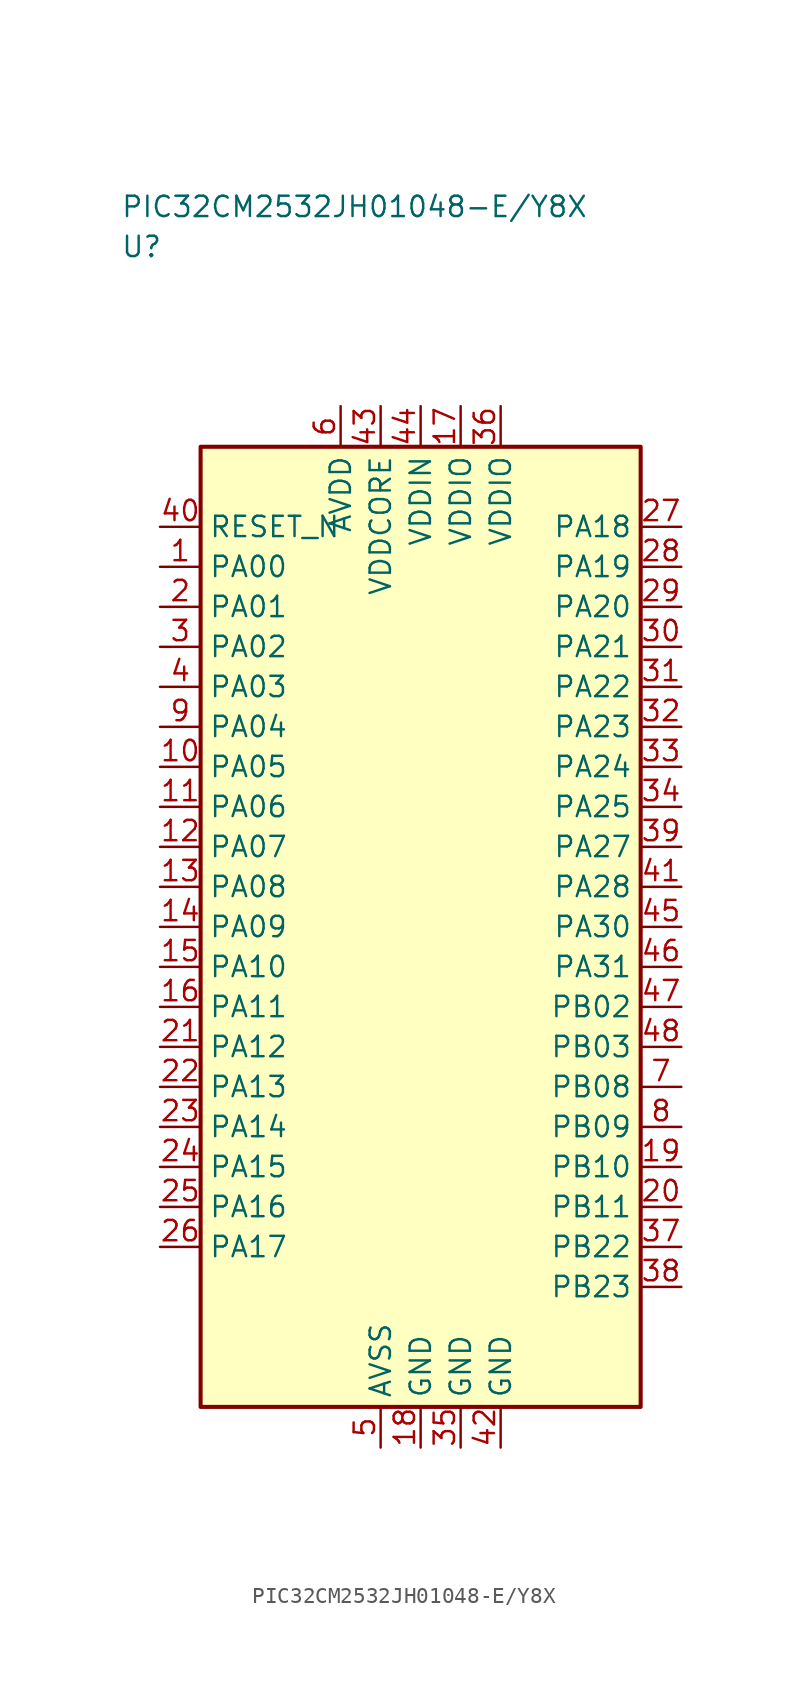
<source format=kicad_sym>
(kicad_symbol_lib
  (version 20241025)
  (generator "kicad_symbol_editor")
  (generator_version "8.0")
  (symbol "PIC32CM2532JH01048-E/Y8X"
    (property "Reference" "U"
      (at -18.75 42.5 0)
      (effects (font (size 1.27 1.27)) (justify left)))
    (property "Value" "PIC32CM2532JH01048-E/Y8X"
      (at -18.75 45.0 0)
      (effects (font (size 1.27 1.27)) (justify left)))
    (symbol "PIC32CM2532JH01048-E/Y8X_0_1"
      (rectangle (start -13.75 30.0) (end 13.75 -30.0) (stroke (width 0.254) (type default)) (fill (type background))))
    (symbol "PIC32CM2532JH01048-E/Y8X_1_1"
      (pin bidirectional line (at -16.29 22.5 0.0) (length 2.54) (name "PA00" (effects (font (size 1.27 1.27)))) (number "1" (effects (font (size 1.27 1.27)))))
      (pin bidirectional line (at -16.29 20.0 0.0) (length 2.54) (name "PA01" (effects (font (size 1.27 1.27)))) (number "2" (effects (font (size 1.27 1.27)))))
      (pin bidirectional line (at -16.29 17.5 0.0) (length 2.54) (name "PA02" (effects (font (size 1.27 1.27)))) (number "3" (effects (font (size 1.27 1.27)))))
      (pin bidirectional line (at -16.29 15.0 0.0) (length 2.54) (name "PA03" (effects (font (size 1.27 1.27)))) (number "4" (effects (font (size 1.27 1.27)))))
      (pin passive line (at -2.5 -32.54 90.0) (length 2.54) (name "AVSS" (effects (font (size 1.27 1.27)))) (number "5" (effects (font (size 1.27 1.27)))))
      (pin power_in line (at -5.0 32.54 270.0) (length 2.54) (name "AVDD" (effects (font (size 1.27 1.27)))) (number "6" (effects (font (size 1.27 1.27)))))
      (pin bidirectional line (at 16.29 -10.0 180.0) (length 2.54) (name "PB08" (effects (font (size 1.27 1.27)))) (number "7" (effects (font (size 1.27 1.27)))))
      (pin bidirectional line (at 16.29 -12.5 180.0) (length 2.54) (name "PB09" (effects (font (size 1.27 1.27)))) (number "8" (effects (font (size 1.27 1.27)))))
      (pin bidirectional line (at -16.29 12.5 0.0) (length 2.54) (name "PA04" (effects (font (size 1.27 1.27)))) (number "9" (effects (font (size 1.27 1.27)))))
      (pin bidirectional line (at -16.29 10.0 0.0) (length 2.54) (name "PA05" (effects (font (size 1.27 1.27)))) (number "10" (effects (font (size 1.27 1.27)))))
      (pin bidirectional line (at -16.29 7.5 0.0) (length 2.54) (name "PA06" (effects (font (size 1.27 1.27)))) (number "11" (effects (font (size 1.27 1.27)))))
      (pin bidirectional line (at -16.29 5.0 0.0) (length 2.54) (name "PA07" (effects (font (size 1.27 1.27)))) (number "12" (effects (font (size 1.27 1.27)))))
      (pin bidirectional line (at -16.29 2.5 0.0) (length 2.54) (name "PA08" (effects (font (size 1.27 1.27)))) (number "13" (effects (font (size 1.27 1.27)))))
      (pin bidirectional line (at -16.29 0.0 0.0) (length 2.54) (name "PA09" (effects (font (size 1.27 1.27)))) (number "14" (effects (font (size 1.27 1.27)))))
      (pin bidirectional line (at -16.29 -2.5 0.0) (length 2.54) (name "PA10" (effects (font (size 1.27 1.27)))) (number "15" (effects (font (size 1.27 1.27)))))
      (pin bidirectional line (at -16.29 -5.0 0.0) (length 2.54) (name "PA11" (effects (font (size 1.27 1.27)))) (number "16" (effects (font (size 1.27 1.27)))))
      (pin power_in line (at 2.5 32.54 270.0) (length 2.54) (name "VDDIO" (effects (font (size 1.27 1.27)))) (number "17" (effects (font (size 1.27 1.27)))))
      (pin passive line (at 0.0 -32.54 90.0) (length 2.54) (name "GND" (effects (font (size 1.27 1.27)))) (number "18" (effects (font (size 1.27 1.27)))))
      (pin bidirectional line (at 16.29 -15.0 180.0) (length 2.54) (name "PB10" (effects (font (size 1.27 1.27)))) (number "19" (effects (font (size 1.27 1.27)))))
      (pin bidirectional line (at 16.29 -17.5 180.0) (length 2.54) (name "PB11" (effects (font (size 1.27 1.27)))) (number "20" (effects (font (size 1.27 1.27)))))
      (pin bidirectional line (at -16.29 -7.5 0.0) (length 2.54) (name "PA12" (effects (font (size 1.27 1.27)))) (number "21" (effects (font (size 1.27 1.27)))))
      (pin bidirectional line (at -16.29 -10.0 0.0) (length 2.54) (name "PA13" (effects (font (size 1.27 1.27)))) (number "22" (effects (font (size 1.27 1.27)))))
      (pin bidirectional line (at -16.29 -12.5 0.0) (length 2.54) (name "PA14" (effects (font (size 1.27 1.27)))) (number "23" (effects (font (size 1.27 1.27)))))
      (pin bidirectional line (at -16.29 -15.0 0.0) (length 2.54) (name "PA15" (effects (font (size 1.27 1.27)))) (number "24" (effects (font (size 1.27 1.27)))))
      (pin bidirectional line (at -16.29 -17.5 0.0) (length 2.54) (name "PA16" (effects (font (size 1.27 1.27)))) (number "25" (effects (font (size 1.27 1.27)))))
      (pin bidirectional line (at -16.29 -20.0 0.0) (length 2.54) (name "PA17" (effects (font (size 1.27 1.27)))) (number "26" (effects (font (size 1.27 1.27)))))
      (pin bidirectional line (at 16.29 25.0 180.0) (length 2.54) (name "PA18" (effects (font (size 1.27 1.27)))) (number "27" (effects (font (size 1.27 1.27)))))
      (pin bidirectional line (at 16.29 22.5 180.0) (length 2.54) (name "PA19" (effects (font (size 1.27 1.27)))) (number "28" (effects (font (size 1.27 1.27)))))
      (pin bidirectional line (at 16.29 20.0 180.0) (length 2.54) (name "PA20" (effects (font (size 1.27 1.27)))) (number "29" (effects (font (size 1.27 1.27)))))
      (pin bidirectional line (at 16.29 17.5 180.0) (length 2.54) (name "PA21" (effects (font (size 1.27 1.27)))) (number "30" (effects (font (size 1.27 1.27)))))
      (pin bidirectional line (at 16.29 15.0 180.0) (length 2.54) (name "PA22" (effects (font (size 1.27 1.27)))) (number "31" (effects (font (size 1.27 1.27)))))
      (pin bidirectional line (at 16.29 12.5 180.0) (length 2.54) (name "PA23" (effects (font (size 1.27 1.27)))) (number "32" (effects (font (size 1.27 1.27)))))
      (pin bidirectional line (at 16.29 10.0 180.0) (length 2.54) (name "PA24" (effects (font (size 1.27 1.27)))) (number "33" (effects (font (size 1.27 1.27)))))
      (pin bidirectional line (at 16.29 7.5 180.0) (length 2.54) (name "PA25" (effects (font (size 1.27 1.27)))) (number "34" (effects (font (size 1.27 1.27)))))
      (pin passive line (at 2.5 -32.54 90.0) (length 2.54) (name "GND" (effects (font (size 1.27 1.27)))) (number "35" (effects (font (size 1.27 1.27)))))
      (pin power_in line (at 5.0 32.54 270.0) (length 2.54) (name "VDDIO" (effects (font (size 1.27 1.27)))) (number "36" (effects (font (size 1.27 1.27)))))
      (pin bidirectional line (at 16.29 -20.0 180.0) (length 2.54) (name "PB22" (effects (font (size 1.27 1.27)))) (number "37" (effects (font (size 1.27 1.27)))))
      (pin bidirectional line (at 16.29 -22.5 180.0) (length 2.54) (name "PB23" (effects (font (size 1.27 1.27)))) (number "38" (effects (font (size 1.27 1.27)))))
      (pin bidirectional line (at 16.29 5.0 180.0) (length 2.54) (name "PA27" (effects (font (size 1.27 1.27)))) (number "39" (effects (font (size 1.27 1.27)))))
      (pin input line (at -16.29 25.0 0.0) (length 2.54) (name "RESET_N" (effects (font (size 1.27 1.27)))) (number "40" (effects (font (size 1.27 1.27)))))
      (pin bidirectional line (at 16.29 2.5 180.0) (length 2.54) (name "PA28" (effects (font (size 1.27 1.27)))) (number "41" (effects (font (size 1.27 1.27)))))
      (pin passive line (at 5.0 -32.54 90.0) (length 2.54) (name "GND" (effects (font (size 1.27 1.27)))) (number "42" (effects (font (size 1.27 1.27)))))
      (pin power_in line (at -2.5 32.54 270.0) (length 2.54) (name "VDDCORE" (effects (font (size 1.27 1.27)))) (number "43" (effects (font (size 1.27 1.27)))))
      (pin power_in line (at 0.0 32.54 270.0) (length 2.54) (name "VDDIN" (effects (font (size 1.27 1.27)))) (number "44" (effects (font (size 1.27 1.27)))))
      (pin bidirectional line (at 16.29 0.0 180.0) (length 2.54) (name "PA30" (effects (font (size 1.27 1.27)))) (number "45" (effects (font (size 1.27 1.27)))))
      (pin bidirectional line (at 16.29 -2.5 180.0) (length 2.54) (name "PA31" (effects (font (size 1.27 1.27)))) (number "46" (effects (font (size 1.27 1.27)))))
      (pin bidirectional line (at 16.29 -5.0 180.0) (length 2.54) (name "PB02" (effects (font (size 1.27 1.27)))) (number "47" (effects (font (size 1.27 1.27)))))
      (pin bidirectional line (at 16.29 -7.5 180.0) (length 2.54) (name "PB03" (effects (font (size 1.27 1.27)))) (number "48" (effects (font (size 1.27 1.27))))))))
</source>
